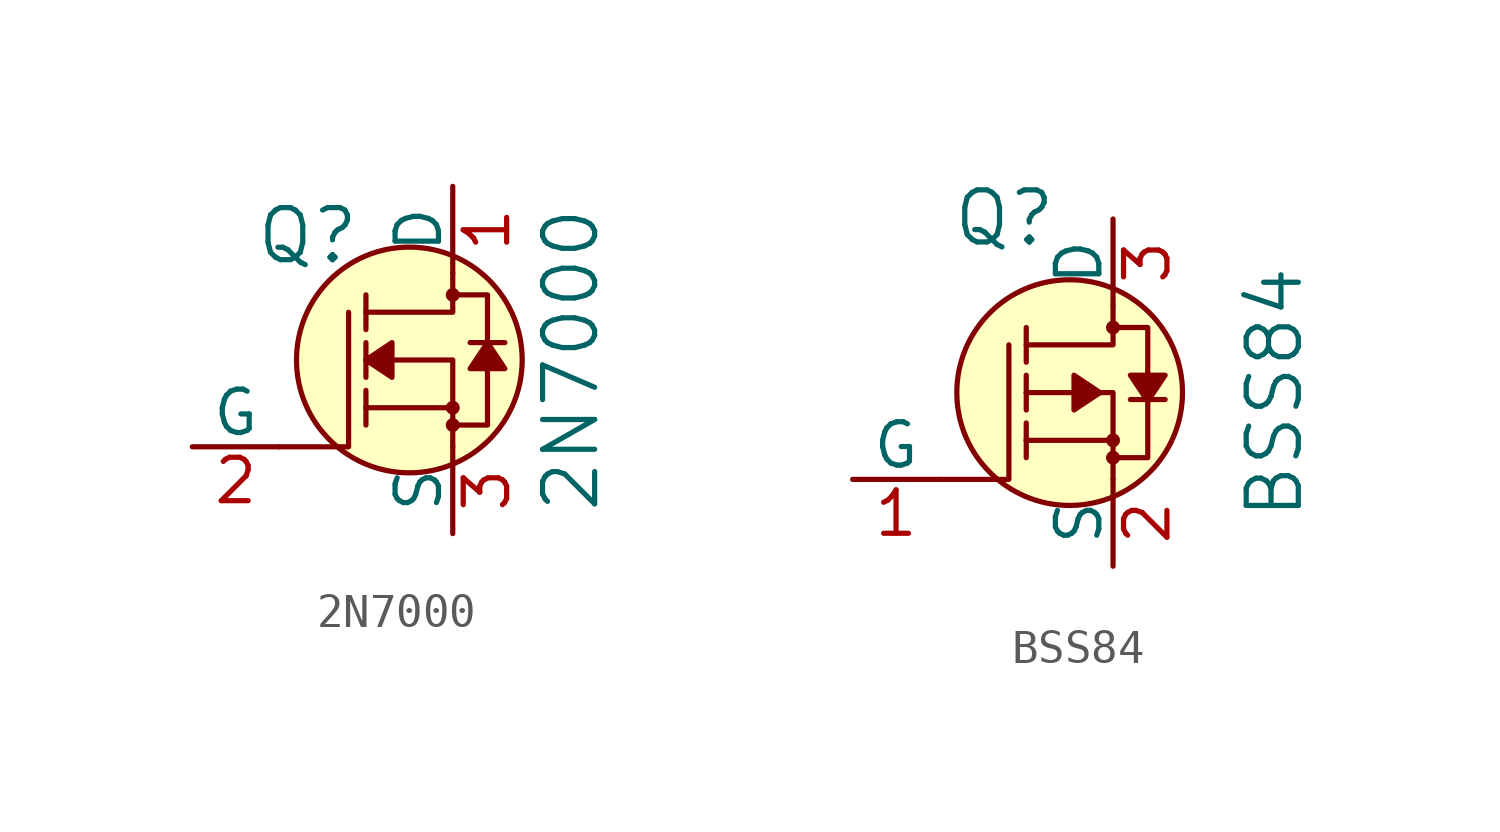
<source format=kicad_sym>
(kicad_symbol_lib
  (version 20211014)
  (generator kicad_symbol_editor)
  (symbol "2N7000"
    (pin_names
      (offset 0))
    (property "Reference" "Q"
      (at -2.692 3.632 0)
      (effects (font (size 1.524 1.524)) (justify right)))
    (property "Value" "2N7000"
      (at 3.454 0 90)
      (effects (font (size 1.524 1.524))))
    (symbol "2N7000_0_1"
      (circle (center -1.27 0) (radius 3.302) (stroke (width 0) (type default) (color 0 0 0 0)) (fill (type background)))
      (circle (center 0 -1.905) (radius 0.127) (stroke (width 0) (type default) (color 0 0 0 0)) (fill (type none)))
      (circle (center 0 -1.397) (radius 0.127) (stroke (width 0) (type default) (color 0 0 0 0)) (fill (type none)))
      (polyline (pts (xy 0 -1.397) (xy -2.54 -1.397)) (stroke (width 0) (type default) (color 0 0 0 0)) (fill (type none)))
      (polyline (pts (xy -5.08 -2.54) (xy -3.048 -2.54) (xy -3.048 1.397)) (stroke (width 0) (type default) (color 0 0 0 0)) (fill (type none)))
      (polyline (pts (xy 0 -2.54) (xy 0 0) (xy -2.54 0)) (stroke (width 0) (type default) (color 0 0 0 0)) (fill (type none)))
      (polyline (pts (xy 0 2.54) (xy 0 1.397) (xy -2.54 1.397)) (stroke (width 0) (type default) (color 0 0 0 0)) (fill (type none)))
      (polyline (pts (xy -0.127 -1.905) (xy 1.016 -1.905) (xy 1.016 1.397) (xy 1.016 1.905) (xy -0.127 1.905)) (stroke (width 0) (type default) (color 0 0 0 0)) (fill (type none)))
      (circle (center 0 1.905) (radius 0.127) (stroke (width 0) (type default) (color 0 0 0 0)) (fill (type none))))
    (symbol "2N7000_1_1"
      (polyline (pts (xy -2.54 -1.397) (xy -2.54 -1.905)) (stroke (width 0) (type default) (color 0 0 0 0)) (fill (type none)))
      (polyline (pts (xy -2.54 -1.397) (xy -2.54 -0.889)) (stroke (width 0) (type default) (color 0 0 0 0)) (fill (type none)))
      (polyline (pts (xy -2.54 0) (xy -2.54 -0.508)) (stroke (width 0) (type default) (color 0 0 0 0)) (fill (type none)))
      (polyline (pts (xy -2.54 0) (xy -2.54 0.508)) (stroke (width 0) (type default) (color 0 0 0 0)) (fill (type none)))
      (polyline (pts (xy -2.54 1.905) (xy -2.54 0.889)) (stroke (width 0) (type default) (color 0 0 0 0)) (fill (type none)))
      (polyline (pts (xy 1.524 0.508) (xy 0.508 0.508)) (stroke (width 0) (type default) (color 0 0 0 0)) (fill (type none)))
      (polyline (pts (xy -2.54 0) (xy -1.778 0.508) (xy -1.778 -0.508) (xy -2.54 0)) (stroke (width 0) (type default) (color 0 0 0 0)) (fill (type outline)))
      (polyline (pts (xy 1.016 0.508) (xy 0.508 -0.254) (xy 1.524 -0.254) (xy 1.016 0.508)) (stroke (width 0) (type default) (color 0 0 0 0)) (fill (type outline)))
      (pin bidirectional line (at 0 5.08 270) (length 2.54) (name "D" (effects (font (size 1.27 1.27)))) (number "1" (effects (font (size 1.27 1.27)))))
      (pin bidirectional line (at -7.62 -2.54 0) (length 2.54) (name "G" (effects (font (size 1.27 1.27)))) (number "2" (effects (font (size 1.27 1.27)))))
      (pin bidirectional line (at 0 -5.08 90) (length 2.54) (name "S" (effects (font (size 1.27 1.27)))) (number "3" (effects (font (size 1.27 1.27)))))))
  (symbol "BSS84"
    (pin_names
      (offset 0))
    (property "Reference" "Q"
      (at -1.626 5.105 0)
      (effects (font (size 1.524 1.524)) (justify right)))
    (property "Value" "BSS84"
      (at 4.724 0 90)
      (effects (font (size 1.524 1.524))))
    (symbol "BSS84_0_1"
      (circle (center -1.27 0) (radius 3.302) (stroke (width 0) (type default) (color 0 0 0 0)) (fill (type background)))
      (circle (center 0 -1.905) (radius 0.127) (stroke (width 0) (type default) (color 0 0 0 0)) (fill (type none)))
      (circle (center 0 -1.397) (radius 0.127) (stroke (width 0) (type default) (color 0 0 0 0)) (fill (type none)))
      (polyline (pts (xy 0 -1.397) (xy -2.54 -1.397)) (stroke (width 0) (type default) (color 0 0 0 0)) (fill (type none)))
      (polyline (pts (xy -5.08 -2.54) (xy -3.048 -2.54) (xy -3.048 1.397)) (stroke (width 0) (type default) (color 0 0 0 0)) (fill (type none)))
      (polyline (pts (xy 0 -2.54) (xy 0 0) (xy -2.54 0)) (stroke (width 0) (type default) (color 0 0 0 0)) (fill (type none)))
      (polyline (pts (xy 0 2.54) (xy 0 1.397) (xy -2.54 1.397)) (stroke (width 0) (type default) (color 0 0 0 0)) (fill (type none)))
      (polyline (pts (xy -0.127 -1.905) (xy 1.016 -1.905) (xy 1.016 1.397) (xy 1.016 1.905) (xy -0.127 1.905)) (stroke (width 0) (type default) (color 0 0 0 0)) (fill (type none)))
      (circle (center 0 1.905) (radius 0.127) (stroke (width 0) (type default) (color 0 0 0 0)) (fill (type none))))
    (symbol "BSS84_1_1"
      (polyline (pts (xy -2.54 -1.397) (xy -2.54 -1.905)) (stroke (width 0) (type default) (color 0 0 0 0)) (fill (type none)))
      (polyline (pts (xy -2.54 -1.397) (xy -2.54 -0.889)) (stroke (width 0) (type default) (color 0 0 0 0)) (fill (type none)))
      (polyline (pts (xy -2.54 0) (xy -2.54 -0.508)) (stroke (width 0) (type default) (color 0 0 0 0)) (fill (type none)))
      (polyline (pts (xy -2.54 0) (xy -2.54 0.508)) (stroke (width 0) (type default) (color 0 0 0 0)) (fill (type none)))
      (polyline (pts (xy -2.54 1.905) (xy -2.54 0.889)) (stroke (width 0) (type default) (color 0 0 0 0)) (fill (type none)))
      (polyline (pts (xy 1.524 -0.203) (xy 0.508 -0.203)) (stroke (width 0) (type default) (color 0 0 0 0)) (fill (type none)))
      (polyline (pts (xy -0.381 0) (xy -1.143 0.508) (xy -1.143 -0.508) (xy -0.381 0)) (stroke (width 0) (type default) (color 0 0 0 0)) (fill (type outline)))
      (polyline (pts (xy 1.016 -0.254) (xy 1.524 0.508) (xy 0.508 0.508) (xy 1.016 -0.254)) (stroke (width 0) (type default) (color 0 0 0 0)) (fill (type outline)))
      (pin bidirectional line (at -7.62 -2.54 0) (length 2.54) (name "G" (effects (font (size 1.27 1.27)))) (number "1" (effects (font (size 1.27 1.27)))))
      (pin bidirectional line (at 0 -5.08 90) (length 2.54) (name "S" (effects (font (size 1.27 1.27)))) (number "2" (effects (font (size 1.27 1.27)))))
      (pin bidirectional line (at 0 5.08 270) (length 2.54) (name "D" (effects (font (size 1.27 1.27)))) (number "3" (effects (font (size 1.27 1.27))))))))
</source>
